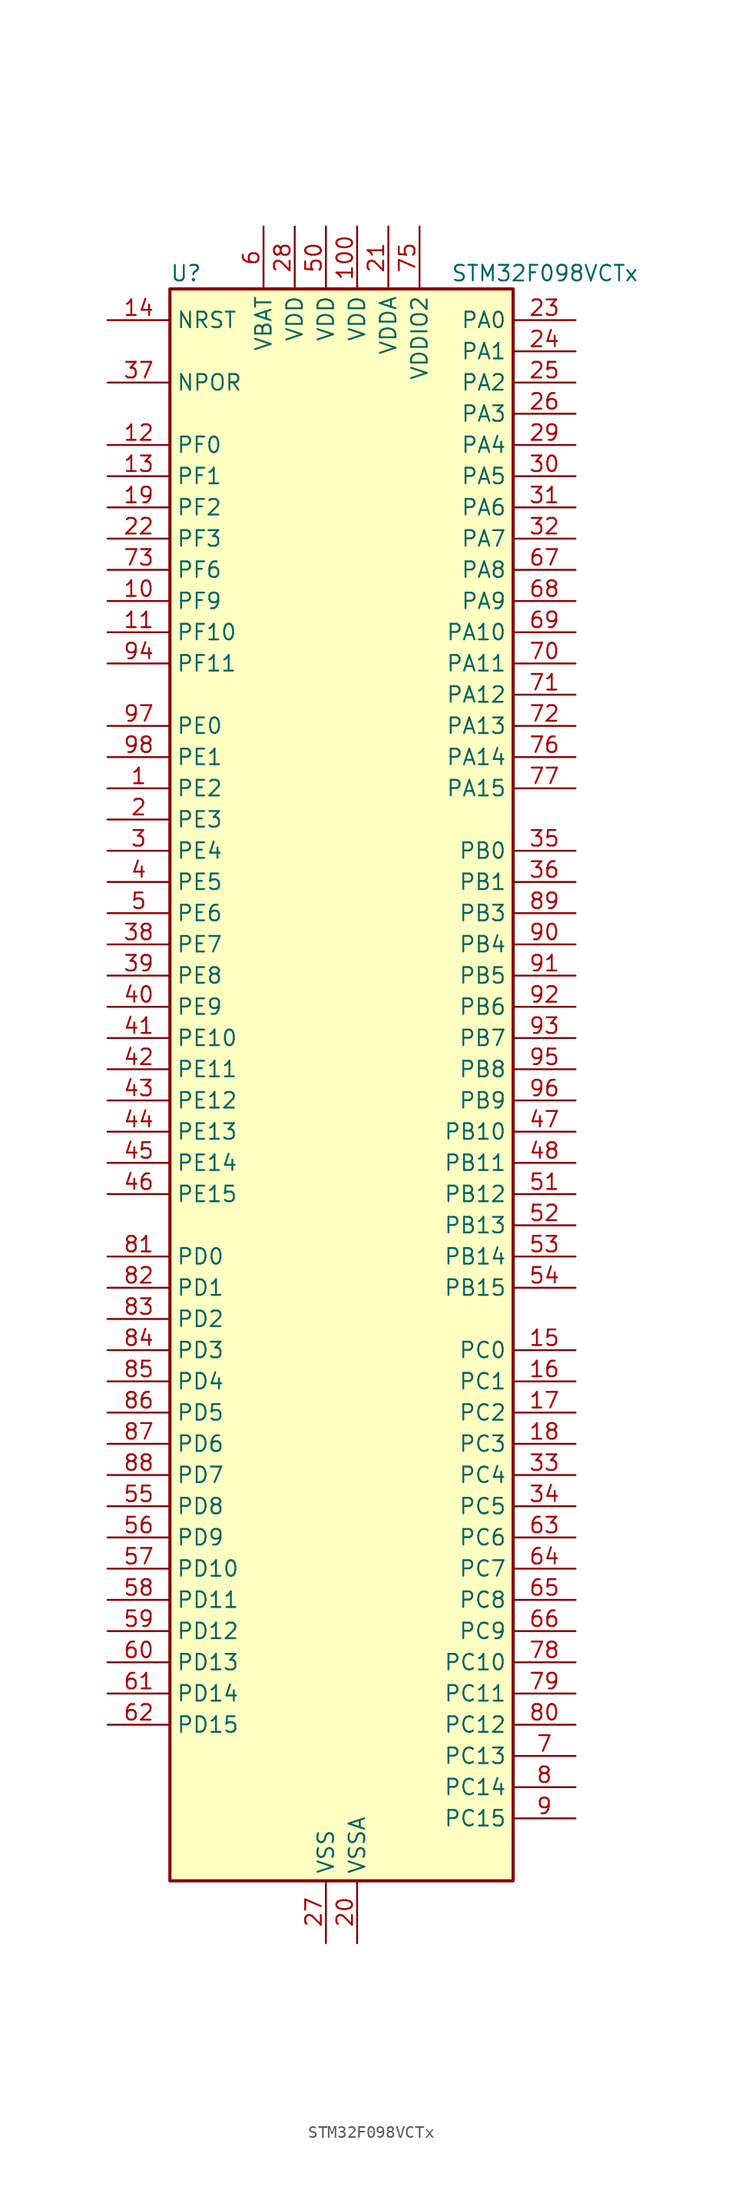
<source format=kicad_sym>
(kicad_symbol_lib
  (version 20220914)
  (generator kicad_symbol_editor)
  (symbol "STM32F098VCTx"
    (property "Reference" "U"
      (at -12.7 67.31 0)
      (effects (font (size 1.27 1.27)) (justify left)))
    (property "Value" "STM32F098VCTx"
      (at 10.16 67.31 0)
      (effects (font (size 1.27 1.27)) (justify left)))
    (property "ki_locked" ""
      (at 0 0 0)
      (effects (font (size 1.27 1.27))))
    (symbol "STM32F098VCTx_0_1"
      (rectangle (start -12.7 -63.5) (end 15.24 66.04) (stroke (width 0.254) (type default)) (fill (type background))))
    (symbol "STM32F098VCTx_1_1"
      (pin bidirectional line (at -17.78 25.4 0) (length 5.08) (name "PE2" (effects (font (size 1.27 1.27)))) (number "1" (effects (font (size 1.27 1.27)))) (alternate "TIM3_ETR" bidirectional line) (alternate "TSC_G7_IO1" bidirectional line))
      (pin bidirectional line (at -17.78 40.64 0) (length 5.08) (name "PF9" (effects (font (size 1.27 1.27)))) (number "10" (effects (font (size 1.27 1.27)))) (alternate "DAC_EXTI9" bidirectional line) (alternate "TIM15_CH1" bidirectional line) (alternate "USART6_TX" bidirectional line))
      (pin power_in line (at 2.54 71.12 270) (length 5.08) (name "VDD" (effects (font (size 1.27 1.27)))) (number "100" (effects (font (size 1.27 1.27)))))
      (pin bidirectional line (at -17.78 38.1 0) (length 5.08) (name "PF10" (effects (font (size 1.27 1.27)))) (number "11" (effects (font (size 1.27 1.27)))) (alternate "TIM15_CH2" bidirectional line) (alternate "USART6_RX" bidirectional line))
      (pin bidirectional line (at -17.78 53.34 0) (length 5.08) (name "PF0" (effects (font (size 1.27 1.27)))) (number "12" (effects (font (size 1.27 1.27)))) (alternate "CRS_SYNC" bidirectional line) (alternate "I2C1_SDA" bidirectional line) (alternate "RCC_OSC_IN" bidirectional line))
      (pin bidirectional line (at -17.78 50.8 0) (length 5.08) (name "PF1" (effects (font (size 1.27 1.27)))) (number "13" (effects (font (size 1.27 1.27)))) (alternate "I2C1_SCL" bidirectional line) (alternate "RCC_OSC_OUT" bidirectional line))
      (pin input line (at -17.78 63.5 0) (length 5.08) (name "NRST" (effects (font (size 1.27 1.27)))) (number "14" (effects (font (size 1.27 1.27)))))
      (pin bidirectional line (at 20.32 -20.32 180) (length 5.08) (name "PC0" (effects (font (size 1.27 1.27)))) (number "15" (effects (font (size 1.27 1.27)))) (alternate "ADC_IN10" bidirectional line) (alternate "USART6_TX" bidirectional line) (alternate "USART7_TX" bidirectional line))
      (pin bidirectional line (at 20.32 -22.86 180) (length 5.08) (name "PC1" (effects (font (size 1.27 1.27)))) (number "16" (effects (font (size 1.27 1.27)))) (alternate "ADC_IN11" bidirectional line) (alternate "USART6_RX" bidirectional line) (alternate "USART7_RX" bidirectional line))
      (pin bidirectional line (at 20.32 -25.4 180) (length 5.08) (name "PC2" (effects (font (size 1.27 1.27)))) (number "17" (effects (font (size 1.27 1.27)))) (alternate "ADC_IN12" bidirectional line) (alternate "I2S2_MCK" bidirectional line) (alternate "SPI2_MISO" bidirectional line) (alternate "USART8_TX" bidirectional line))
      (pin bidirectional line (at 20.32 -27.94 180) (length 5.08) (name "PC3" (effects (font (size 1.27 1.27)))) (number "18" (effects (font (size 1.27 1.27)))) (alternate "ADC_IN13" bidirectional line) (alternate "I2S2_SD" bidirectional line) (alternate "SPI2_MOSI" bidirectional line) (alternate "USART8_RX" bidirectional line))
      (pin bidirectional line (at -17.78 48.26 0) (length 5.08) (name "PF2" (effects (font (size 1.27 1.27)))) (number "19" (effects (font (size 1.27 1.27)))) (alternate "SYS_WKUP8" bidirectional line) (alternate "USART7_CK" bidirectional line) (alternate "USART7_DE" bidirectional line) (alternate "USART7_RTS" bidirectional line) (alternate "USART7_TX" bidirectional line))
      (pin bidirectional line (at -17.78 22.86 0) (length 5.08) (name "PE3" (effects (font (size 1.27 1.27)))) (number "2" (effects (font (size 1.27 1.27)))) (alternate "TIM3_CH1" bidirectional line) (alternate "TSC_G7_IO2" bidirectional line))
      (pin power_in line (at 2.54 -68.58 90) (length 5.08) (name "VSSA" (effects (font (size 1.27 1.27)))) (number "20" (effects (font (size 1.27 1.27)))))
      (pin power_in line (at 5.08 71.12 270) (length 5.08) (name "VDDA" (effects (font (size 1.27 1.27)))) (number "21" (effects (font (size 1.27 1.27)))))
      (pin bidirectional line (at -17.78 45.72 0) (length 5.08) (name "PF3" (effects (font (size 1.27 1.27)))) (number "22" (effects (font (size 1.27 1.27)))) (alternate "USART6_CK" bidirectional line) (alternate "USART6_DE" bidirectional line) (alternate "USART6_RTS" bidirectional line) (alternate "USART7_RX" bidirectional line))
      (pin bidirectional line (at 20.32 63.5 180) (length 5.08) (name "PA0" (effects (font (size 1.27 1.27)))) (number "23" (effects (font (size 1.27 1.27)))) (alternate "ADC_IN0" bidirectional line) (alternate "COMP1_INM" bidirectional line) (alternate "COMP1_OUT" bidirectional line) (alternate "RTC_TAMP2" bidirectional line) (alternate "SYS_WKUP1" bidirectional line) (alternate "TIM2_CH1" bidirectional line) (alternate "TIM2_ETR" bidirectional line) (alternate "TSC_G1_IO1" bidirectional line) (alternate "USART2_CTS" bidirectional line) (alternate "USART4_TX" bidirectional line))
      (pin bidirectional line (at 20.32 60.96 180) (length 5.08) (name "PA1" (effects (font (size 1.27 1.27)))) (number "24" (effects (font (size 1.27 1.27)))) (alternate "ADC_IN1" bidirectional line) (alternate "COMP1_INP" bidirectional line) (alternate "TIM15_CH1N" bidirectional line) (alternate "TIM2_CH2" bidirectional line) (alternate "TSC_G1_IO2" bidirectional line) (alternate "USART2_DE" bidirectional line) (alternate "USART2_RTS" bidirectional line) (alternate "USART4_RX" bidirectional line))
      (pin bidirectional line (at 20.32 58.42 180) (length 5.08) (name "PA2" (effects (font (size 1.27 1.27)))) (number "25" (effects (font (size 1.27 1.27)))) (alternate "ADC_IN2" bidirectional line) (alternate "COMP2_INM" bidirectional line) (alternate "COMP2_OUT" bidirectional line) (alternate "SYS_WKUP4" bidirectional line) (alternate "TIM15_CH1" bidirectional line) (alternate "TIM2_CH3" bidirectional line) (alternate "TSC_G1_IO3" bidirectional line) (alternate "USART2_TX" bidirectional line))
      (pin bidirectional line (at 20.32 55.88 180) (length 5.08) (name "PA3" (effects (font (size 1.27 1.27)))) (number "26" (effects (font (size 1.27 1.27)))) (alternate "ADC_IN3" bidirectional line) (alternate "COMP2_INP" bidirectional line) (alternate "TIM15_CH2" bidirectional line) (alternate "TIM2_CH4" bidirectional line) (alternate "TSC_G1_IO4" bidirectional line) (alternate "USART2_RX" bidirectional line))
      (pin power_in line (at 0 -68.58 90) (length 5.08) (name "VSS" (effects (font (size 1.27 1.27)))) (number "27" (effects (font (size 1.27 1.27)))))
      (pin power_in line (at -2.54 71.12 270) (length 5.08) (name "VDD" (effects (font (size 1.27 1.27)))) (number "28" (effects (font (size 1.27 1.27)))))
      (pin bidirectional line (at 20.32 53.34 180) (length 5.08) (name "PA4" (effects (font (size 1.27 1.27)))) (number "29" (effects (font (size 1.27 1.27)))) (alternate "ADC_IN4" bidirectional line) (alternate "COMP1_INM" bidirectional line) (alternate "COMP2_INM" bidirectional line) (alternate "DAC_OUT1" bidirectional line) (alternate "I2S1_WS" bidirectional line) (alternate "SPI1_NSS" bidirectional line) (alternate "TIM14_CH1" bidirectional line) (alternate "TSC_G2_IO1" bidirectional line) (alternate "USART2_CK" bidirectional line) (alternate "USART6_TX" bidirectional line))
      (pin bidirectional line (at -17.78 20.32 0) (length 5.08) (name "PE4" (effects (font (size 1.27 1.27)))) (number "3" (effects (font (size 1.27 1.27)))) (alternate "TIM3_CH2" bidirectional line) (alternate "TSC_G7_IO3" bidirectional line))
      (pin bidirectional line (at 20.32 50.8 180) (length 5.08) (name "PA5" (effects (font (size 1.27 1.27)))) (number "30" (effects (font (size 1.27 1.27)))) (alternate "ADC_IN5" bidirectional line) (alternate "CEC" bidirectional line) (alternate "COMP1_INM" bidirectional line) (alternate "COMP2_INM" bidirectional line) (alternate "DAC_OUT2" bidirectional line) (alternate "I2S1_CK" bidirectional line) (alternate "SPI1_SCK" bidirectional line) (alternate "TIM2_CH1" bidirectional line) (alternate "TIM2_ETR" bidirectional line) (alternate "TSC_G2_IO2" bidirectional line) (alternate "USART6_RX" bidirectional line))
      (pin bidirectional line (at 20.32 48.26 180) (length 5.08) (name "PA6" (effects (font (size 1.27 1.27)))) (number "31" (effects (font (size 1.27 1.27)))) (alternate "ADC_IN6" bidirectional line) (alternate "COMP1_OUT" bidirectional line) (alternate "I2S1_MCK" bidirectional line) (alternate "SPI1_MISO" bidirectional line) (alternate "TIM16_CH1" bidirectional line) (alternate "TIM1_BKIN" bidirectional line) (alternate "TIM3_CH1" bidirectional line) (alternate "TSC_G2_IO3" bidirectional line) (alternate "USART3_CTS" bidirectional line))
      (pin bidirectional line (at 20.32 45.72 180) (length 5.08) (name "PA7" (effects (font (size 1.27 1.27)))) (number "32" (effects (font (size 1.27 1.27)))) (alternate "ADC_IN7" bidirectional line) (alternate "COMP2_OUT" bidirectional line) (alternate "I2S1_SD" bidirectional line) (alternate "SPI1_MOSI" bidirectional line) (alternate "TIM14_CH1" bidirectional line) (alternate "TIM17_CH1" bidirectional line) (alternate "TIM1_CH1N" bidirectional line) (alternate "TIM3_CH2" bidirectional line) (alternate "TSC_G2_IO4" bidirectional line))
      (pin bidirectional line (at 20.32 -30.48 180) (length 5.08) (name "PC4" (effects (font (size 1.27 1.27)))) (number "33" (effects (font (size 1.27 1.27)))) (alternate "ADC_IN14" bidirectional line) (alternate "USART3_TX" bidirectional line))
      (pin bidirectional line (at 20.32 -33.02 180) (length 5.08) (name "PC5" (effects (font (size 1.27 1.27)))) (number "34" (effects (font (size 1.27 1.27)))) (alternate "ADC_IN15" bidirectional line) (alternate "SYS_WKUP5" bidirectional line) (alternate "TSC_G3_IO1" bidirectional line) (alternate "USART3_RX" bidirectional line))
      (pin bidirectional line (at 20.32 20.32 180) (length 5.08) (name "PB0" (effects (font (size 1.27 1.27)))) (number "35" (effects (font (size 1.27 1.27)))) (alternate "ADC_IN8" bidirectional line) (alternate "TIM1_CH2N" bidirectional line) (alternate "TIM3_CH3" bidirectional line) (alternate "TSC_G3_IO2" bidirectional line) (alternate "USART3_CK" bidirectional line))
      (pin bidirectional line (at 20.32 17.78 180) (length 5.08) (name "PB1" (effects (font (size 1.27 1.27)))) (number "36" (effects (font (size 1.27 1.27)))) (alternate "ADC_IN9" bidirectional line) (alternate "TIM14_CH1" bidirectional line) (alternate "TIM1_CH3N" bidirectional line) (alternate "TIM3_CH4" bidirectional line) (alternate "TSC_G3_IO3" bidirectional line) (alternate "USART3_DE" bidirectional line) (alternate "USART3_RTS" bidirectional line))
      (pin input line (at -17.78 58.42 0) (length 5.08) (name "NPOR" (effects (font (size 1.27 1.27)))) (number "37" (effects (font (size 1.27 1.27)))))
      (pin bidirectional line (at -17.78 12.7 0) (length 5.08) (name "PE7" (effects (font (size 1.27 1.27)))) (number "38" (effects (font (size 1.27 1.27)))) (alternate "TIM1_ETR" bidirectional line) (alternate "USART5_CK" bidirectional line) (alternate "USART5_DE" bidirectional line) (alternate "USART5_RTS" bidirectional line))
      (pin bidirectional line (at -17.78 10.16 0) (length 5.08) (name "PE8" (effects (font (size 1.27 1.27)))) (number "39" (effects (font (size 1.27 1.27)))) (alternate "TIM1_CH1N" bidirectional line) (alternate "USART4_TX" bidirectional line))
      (pin bidirectional line (at -17.78 17.78 0) (length 5.08) (name "PE5" (effects (font (size 1.27 1.27)))) (number "4" (effects (font (size 1.27 1.27)))) (alternate "TIM3_CH3" bidirectional line) (alternate "TSC_G7_IO4" bidirectional line))
      (pin bidirectional line (at -17.78 7.62 0) (length 5.08) (name "PE9" (effects (font (size 1.27 1.27)))) (number "40" (effects (font (size 1.27 1.27)))) (alternate "DAC_EXTI9" bidirectional line) (alternate "TIM1_CH1" bidirectional line) (alternate "USART4_RX" bidirectional line))
      (pin bidirectional line (at -17.78 5.08 0) (length 5.08) (name "PE10" (effects (font (size 1.27 1.27)))) (number "41" (effects (font (size 1.27 1.27)))) (alternate "TIM1_CH2N" bidirectional line) (alternate "USART5_TX" bidirectional line))
      (pin bidirectional line (at -17.78 2.54 0) (length 5.08) (name "PE11" (effects (font (size 1.27 1.27)))) (number "42" (effects (font (size 1.27 1.27)))) (alternate "TIM1_CH2" bidirectional line) (alternate "USART5_RX" bidirectional line))
      (pin bidirectional line (at -17.78 0 0) (length 5.08) (name "PE12" (effects (font (size 1.27 1.27)))) (number "43" (effects (font (size 1.27 1.27)))) (alternate "I2S1_WS" bidirectional line) (alternate "SPI1_NSS" bidirectional line) (alternate "TIM1_CH3N" bidirectional line))
      (pin bidirectional line (at -17.78 -2.54 0) (length 5.08) (name "PE13" (effects (font (size 1.27 1.27)))) (number "44" (effects (font (size 1.27 1.27)))) (alternate "I2S1_CK" bidirectional line) (alternate "SPI1_SCK" bidirectional line) (alternate "TIM1_CH3" bidirectional line))
      (pin bidirectional line (at -17.78 -5.08 0) (length 5.08) (name "PE14" (effects (font (size 1.27 1.27)))) (number "45" (effects (font (size 1.27 1.27)))) (alternate "I2S1_MCK" bidirectional line) (alternate "SPI1_MISO" bidirectional line) (alternate "TIM1_CH4" bidirectional line))
      (pin bidirectional line (at -17.78 -7.62 0) (length 5.08) (name "PE15" (effects (font (size 1.27 1.27)))) (number "46" (effects (font (size 1.27 1.27)))) (alternate "I2S1_SD" bidirectional line) (alternate "SPI1_MOSI" bidirectional line) (alternate "TIM1_BKIN" bidirectional line))
      (pin bidirectional line (at 20.32 -2.54 180) (length 5.08) (name "PB10" (effects (font (size 1.27 1.27)))) (number "47" (effects (font (size 1.27 1.27)))) (alternate "CEC" bidirectional line) (alternate "I2C2_SCL" bidirectional line) (alternate "I2S2_CK" bidirectional line) (alternate "SPI2_SCK" bidirectional line) (alternate "TIM2_CH3" bidirectional line) (alternate "TSC_SYNC" bidirectional line) (alternate "USART3_TX" bidirectional line))
      (pin bidirectional line (at 20.32 -5.08 180) (length 5.08) (name "PB11" (effects (font (size 1.27 1.27)))) (number "48" (effects (font (size 1.27 1.27)))) (alternate "I2C2_SDA" bidirectional line) (alternate "TIM2_CH4" bidirectional line) (alternate "TSC_G6_IO1" bidirectional line) (alternate "USART3_RX" bidirectional line))
      (pin passive line (at 0 -68.58 90) (length 5.08) hide (name "VSS" (effects (font (size 1.27 1.27)))) (number "49" (effects (font (size 1.27 1.27)))))
      (pin bidirectional line (at -17.78 15.24 0) (length 5.08) (name "PE6" (effects (font (size 1.27 1.27)))) (number "5" (effects (font (size 1.27 1.27)))) (alternate "RTC_TAMP3" bidirectional line) (alternate "SYS_WKUP3" bidirectional line) (alternate "TIM3_CH4" bidirectional line))
      (pin power_in line (at 0 71.12 270) (length 5.08) (name "VDD" (effects (font (size 1.27 1.27)))) (number "50" (effects (font (size 1.27 1.27)))))
      (pin bidirectional line (at 20.32 -7.62 180) (length 5.08) (name "PB12" (effects (font (size 1.27 1.27)))) (number "51" (effects (font (size 1.27 1.27)))) (alternate "I2S2_WS" bidirectional line) (alternate "SPI2_NSS" bidirectional line) (alternate "TIM15_BKIN" bidirectional line) (alternate "TIM1_BKIN" bidirectional line) (alternate "TSC_G6_IO2" bidirectional line) (alternate "USART3_CK" bidirectional line))
      (pin bidirectional line (at 20.32 -10.16 180) (length 5.08) (name "PB13" (effects (font (size 1.27 1.27)))) (number "52" (effects (font (size 1.27 1.27)))) (alternate "I2C2_SCL" bidirectional line) (alternate "I2S2_CK" bidirectional line) (alternate "SPI2_SCK" bidirectional line) (alternate "TIM1_CH1N" bidirectional line) (alternate "TSC_G6_IO3" bidirectional line) (alternate "USART3_CTS" bidirectional line))
      (pin bidirectional line (at 20.32 -12.7 180) (length 5.08) (name "PB14" (effects (font (size 1.27 1.27)))) (number "53" (effects (font (size 1.27 1.27)))) (alternate "I2C2_SDA" bidirectional line) (alternate "I2S2_MCK" bidirectional line) (alternate "SPI2_MISO" bidirectional line) (alternate "TIM15_CH1" bidirectional line) (alternate "TIM1_CH2N" bidirectional line) (alternate "TSC_G6_IO4" bidirectional line) (alternate "USART3_DE" bidirectional line) (alternate "USART3_RTS" bidirectional line))
      (pin bidirectional line (at 20.32 -15.24 180) (length 5.08) (name "PB15" (effects (font (size 1.27 1.27)))) (number "54" (effects (font (size 1.27 1.27)))) (alternate "I2S2_SD" bidirectional line) (alternate "RTC_REFIN" bidirectional line) (alternate "SPI2_MOSI" bidirectional line) (alternate "SYS_WKUP7" bidirectional line) (alternate "TIM15_CH1N" bidirectional line) (alternate "TIM15_CH2" bidirectional line) (alternate "TIM1_CH3N" bidirectional line))
      (pin bidirectional line (at -17.78 -33.02 0) (length 5.08) (name "PD8" (effects (font (size 1.27 1.27)))) (number "55" (effects (font (size 1.27 1.27)))) (alternate "USART3_TX" bidirectional line))
      (pin bidirectional line (at -17.78 -35.56 0) (length 5.08) (name "PD9" (effects (font (size 1.27 1.27)))) (number "56" (effects (font (size 1.27 1.27)))) (alternate "DAC_EXTI9" bidirectional line) (alternate "USART3_RX" bidirectional line))
      (pin bidirectional line (at -17.78 -38.1 0) (length 5.08) (name "PD10" (effects (font (size 1.27 1.27)))) (number "57" (effects (font (size 1.27 1.27)))) (alternate "USART3_CK" bidirectional line))
      (pin bidirectional line (at -17.78 -40.64 0) (length 5.08) (name "PD11" (effects (font (size 1.27 1.27)))) (number "58" (effects (font (size 1.27 1.27)))) (alternate "USART3_CTS" bidirectional line))
      (pin bidirectional line (at -17.78 -43.18 0) (length 5.08) (name "PD12" (effects (font (size 1.27 1.27)))) (number "59" (effects (font (size 1.27 1.27)))) (alternate "TSC_G8_IO1" bidirectional line) (alternate "USART3_DE" bidirectional line) (alternate "USART3_RTS" bidirectional line) (alternate "USART8_CK" bidirectional line) (alternate "USART8_DE" bidirectional line) (alternate "USART8_RTS" bidirectional line))
      (pin power_in line (at -5.08 71.12 270) (length 5.08) (name "VBAT" (effects (font (size 1.27 1.27)))) (number "6" (effects (font (size 1.27 1.27)))))
      (pin bidirectional line (at -17.78 -45.72 0) (length 5.08) (name "PD13" (effects (font (size 1.27 1.27)))) (number "60" (effects (font (size 1.27 1.27)))) (alternate "TSC_G8_IO2" bidirectional line) (alternate "USART8_TX" bidirectional line))
      (pin bidirectional line (at -17.78 -48.26 0) (length 5.08) (name "PD14" (effects (font (size 1.27 1.27)))) (number "61" (effects (font (size 1.27 1.27)))) (alternate "TSC_G8_IO3" bidirectional line) (alternate "USART8_RX" bidirectional line))
      (pin bidirectional line (at -17.78 -50.8 0) (length 5.08) (name "PD15" (effects (font (size 1.27 1.27)))) (number "62" (effects (font (size 1.27 1.27)))) (alternate "CRS_SYNC" bidirectional line) (alternate "TSC_G8_IO4" bidirectional line) (alternate "USART7_CK" bidirectional line) (alternate "USART7_DE" bidirectional line) (alternate "USART7_RTS" bidirectional line))
      (pin bidirectional line (at 20.32 -35.56 180) (length 5.08) (name "PC6" (effects (font (size 1.27 1.27)))) (number "63" (effects (font (size 1.27 1.27)))) (alternate "TIM3_CH1" bidirectional line) (alternate "USART7_TX" bidirectional line))
      (pin bidirectional line (at 20.32 -38.1 180) (length 5.08) (name "PC7" (effects (font (size 1.27 1.27)))) (number "64" (effects (font (size 1.27 1.27)))) (alternate "TIM3_CH2" bidirectional line) (alternate "USART7_RX" bidirectional line))
      (pin bidirectional line (at 20.32 -40.64 180) (length 5.08) (name "PC8" (effects (font (size 1.27 1.27)))) (number "65" (effects (font (size 1.27 1.27)))) (alternate "TIM3_CH3" bidirectional line) (alternate "USART8_TX" bidirectional line))
      (pin bidirectional line (at 20.32 -43.18 180) (length 5.08) (name "PC9" (effects (font (size 1.27 1.27)))) (number "66" (effects (font (size 1.27 1.27)))) (alternate "DAC_EXTI9" bidirectional line) (alternate "TIM3_CH4" bidirectional line) (alternate "USART8_RX" bidirectional line))
      (pin bidirectional line (at 20.32 43.18 180) (length 5.08) (name "PA8" (effects (font (size 1.27 1.27)))) (number "67" (effects (font (size 1.27 1.27)))) (alternate "CRS_SYNC" bidirectional line) (alternate "RCC_MCO" bidirectional line) (alternate "TIM1_CH1" bidirectional line) (alternate "USART1_CK" bidirectional line))
      (pin bidirectional line (at 20.32 40.64 180) (length 5.08) (name "PA9" (effects (font (size 1.27 1.27)))) (number "68" (effects (font (size 1.27 1.27)))) (alternate "DAC_EXTI9" bidirectional line) (alternate "I2C1_SCL" bidirectional line) (alternate "RCC_MCO" bidirectional line) (alternate "TIM15_BKIN" bidirectional line) (alternate "TIM1_CH2" bidirectional line) (alternate "TSC_G4_IO1" bidirectional line) (alternate "USART1_TX" bidirectional line))
      (pin bidirectional line (at 20.32 38.1 180) (length 5.08) (name "PA10" (effects (font (size 1.27 1.27)))) (number "69" (effects (font (size 1.27 1.27)))) (alternate "I2C1_SDA" bidirectional line) (alternate "TIM17_BKIN" bidirectional line) (alternate "TIM1_CH3" bidirectional line) (alternate "TSC_G4_IO2" bidirectional line) (alternate "USART1_RX" bidirectional line))
      (pin bidirectional line (at 20.32 -53.34 180) (length 5.08) (name "PC13" (effects (font (size 1.27 1.27)))) (number "7" (effects (font (size 1.27 1.27)))) (alternate "RTC_OUT_ALARM" bidirectional line) (alternate "RTC_OUT_CALIB" bidirectional line) (alternate "RTC_TAMP1" bidirectional line) (alternate "RTC_TS" bidirectional line) (alternate "SYS_WKUP2" bidirectional line))
      (pin bidirectional line (at 20.32 35.56 180) (length 5.08) (name "PA11" (effects (font (size 1.27 1.27)))) (number "70" (effects (font (size 1.27 1.27)))) (alternate "CAN_RX" bidirectional line) (alternate "COMP1_OUT" bidirectional line) (alternate "I2C2_SCL" bidirectional line) (alternate "TIM1_CH4" bidirectional line) (alternate "TSC_G4_IO3" bidirectional line) (alternate "USART1_CTS" bidirectional line))
      (pin bidirectional line (at 20.32 33.02 180) (length 5.08) (name "PA12" (effects (font (size 1.27 1.27)))) (number "71" (effects (font (size 1.27 1.27)))) (alternate "CAN_TX" bidirectional line) (alternate "COMP2_OUT" bidirectional line) (alternate "I2C2_SDA" bidirectional line) (alternate "TIM1_ETR" bidirectional line) (alternate "TSC_G4_IO4" bidirectional line) (alternate "USART1_DE" bidirectional line) (alternate "USART1_RTS" bidirectional line))
      (pin bidirectional line (at 20.32 30.48 180) (length 5.08) (name "PA13" (effects (font (size 1.27 1.27)))) (number "72" (effects (font (size 1.27 1.27)))) (alternate "IR_OUT" bidirectional line) (alternate "SYS_SWDIO" bidirectional line))
      (pin bidirectional line (at -17.78 43.18 0) (length 5.08) (name "PF6" (effects (font (size 1.27 1.27)))) (number "73" (effects (font (size 1.27 1.27)))))
      (pin passive line (at 0 -68.58 90) (length 5.08) hide (name "VSS" (effects (font (size 1.27 1.27)))) (number "74" (effects (font (size 1.27 1.27)))))
      (pin power_in line (at 7.62 71.12 270) (length 5.08) (name "VDDIO2" (effects (font (size 1.27 1.27)))) (number "75" (effects (font (size 1.27 1.27)))))
      (pin bidirectional line (at 20.32 27.94 180) (length 5.08) (name "PA14" (effects (font (size 1.27 1.27)))) (number "76" (effects (font (size 1.27 1.27)))) (alternate "SYS_SWCLK" bidirectional line) (alternate "USART2_TX" bidirectional line))
      (pin bidirectional line (at 20.32 25.4 180) (length 5.08) (name "PA15" (effects (font (size 1.27 1.27)))) (number "77" (effects (font (size 1.27 1.27)))) (alternate "I2S1_WS" bidirectional line) (alternate "SPI1_NSS" bidirectional line) (alternate "TIM2_CH1" bidirectional line) (alternate "TIM2_ETR" bidirectional line) (alternate "USART2_RX" bidirectional line) (alternate "USART4_DE" bidirectional line) (alternate "USART4_RTS" bidirectional line))
      (pin bidirectional line (at 20.32 -45.72 180) (length 5.08) (name "PC10" (effects (font (size 1.27 1.27)))) (number "78" (effects (font (size 1.27 1.27)))) (alternate "USART3_TX" bidirectional line) (alternate "USART4_TX" bidirectional line))
      (pin bidirectional line (at 20.32 -48.26 180) (length 5.08) (name "PC11" (effects (font (size 1.27 1.27)))) (number "79" (effects (font (size 1.27 1.27)))) (alternate "USART3_RX" bidirectional line) (alternate "USART4_RX" bidirectional line))
      (pin bidirectional line (at 20.32 -55.88 180) (length 5.08) (name "PC14" (effects (font (size 1.27 1.27)))) (number "8" (effects (font (size 1.27 1.27)))) (alternate "RCC_OSC32_IN" bidirectional line))
      (pin bidirectional line (at 20.32 -50.8 180) (length 5.08) (name "PC12" (effects (font (size 1.27 1.27)))) (number "80" (effects (font (size 1.27 1.27)))) (alternate "USART3_CK" bidirectional line) (alternate "USART4_CK" bidirectional line) (alternate "USART5_TX" bidirectional line))
      (pin bidirectional line (at -17.78 -12.7 0) (length 5.08) (name "PD0" (effects (font (size 1.27 1.27)))) (number "81" (effects (font (size 1.27 1.27)))) (alternate "CAN_RX" bidirectional line) (alternate "I2S2_WS" bidirectional line) (alternate "SPI2_NSS" bidirectional line))
      (pin bidirectional line (at -17.78 -15.24 0) (length 5.08) (name "PD1" (effects (font (size 1.27 1.27)))) (number "82" (effects (font (size 1.27 1.27)))) (alternate "CAN_TX" bidirectional line) (alternate "I2S2_CK" bidirectional line) (alternate "SPI2_SCK" bidirectional line))
      (pin bidirectional line (at -17.78 -17.78 0) (length 5.08) (name "PD2" (effects (font (size 1.27 1.27)))) (number "83" (effects (font (size 1.27 1.27)))) (alternate "TIM3_ETR" bidirectional line) (alternate "USART3_DE" bidirectional line) (alternate "USART3_RTS" bidirectional line) (alternate "USART5_RX" bidirectional line))
      (pin bidirectional line (at -17.78 -20.32 0) (length 5.08) (name "PD3" (effects (font (size 1.27 1.27)))) (number "84" (effects (font (size 1.27 1.27)))) (alternate "I2S2_MCK" bidirectional line) (alternate "SPI2_MISO" bidirectional line) (alternate "USART2_CTS" bidirectional line))
      (pin bidirectional line (at -17.78 -22.86 0) (length 5.08) (name "PD4" (effects (font (size 1.27 1.27)))) (number "85" (effects (font (size 1.27 1.27)))) (alternate "I2S2_SD" bidirectional line) (alternate "SPI2_MOSI" bidirectional line) (alternate "USART2_DE" bidirectional line) (alternate "USART2_RTS" bidirectional line))
      (pin bidirectional line (at -17.78 -25.4 0) (length 5.08) (name "PD5" (effects (font (size 1.27 1.27)))) (number "86" (effects (font (size 1.27 1.27)))) (alternate "USART2_TX" bidirectional line))
      (pin bidirectional line (at -17.78 -27.94 0) (length 5.08) (name "PD6" (effects (font (size 1.27 1.27)))) (number "87" (effects (font (size 1.27 1.27)))) (alternate "USART2_RX" bidirectional line))
      (pin bidirectional line (at -17.78 -30.48 0) (length 5.08) (name "PD7" (effects (font (size 1.27 1.27)))) (number "88" (effects (font (size 1.27 1.27)))) (alternate "USART2_CK" bidirectional line))
      (pin bidirectional line (at 20.32 15.24 180) (length 5.08) (name "PB3" (effects (font (size 1.27 1.27)))) (number "89" (effects (font (size 1.27 1.27)))) (alternate "I2S1_CK" bidirectional line) (alternate "SPI1_SCK" bidirectional line) (alternate "TIM2_CH2" bidirectional line) (alternate "TSC_G5_IO1" bidirectional line) (alternate "USART5_TX" bidirectional line))
      (pin bidirectional line (at 20.32 -58.42 180) (length 5.08) (name "PC15" (effects (font (size 1.27 1.27)))) (number "9" (effects (font (size 1.27 1.27)))) (alternate "RCC_OSC32_OUT" bidirectional line))
      (pin bidirectional line (at 20.32 12.7 180) (length 5.08) (name "PB4" (effects (font (size 1.27 1.27)))) (number "90" (effects (font (size 1.27 1.27)))) (alternate "I2S1_MCK" bidirectional line) (alternate "SPI1_MISO" bidirectional line) (alternate "TIM17_BKIN" bidirectional line) (alternate "TIM3_CH1" bidirectional line) (alternate "TSC_G5_IO2" bidirectional line) (alternate "USART5_RX" bidirectional line))
      (pin bidirectional line (at 20.32 10.16 180) (length 5.08) (name "PB5" (effects (font (size 1.27 1.27)))) (number "91" (effects (font (size 1.27 1.27)))) (alternate "I2C1_SMBA" bidirectional line) (alternate "I2S1_SD" bidirectional line) (alternate "SPI1_MOSI" bidirectional line) (alternate "SYS_WKUP6" bidirectional line) (alternate "TIM16_BKIN" bidirectional line) (alternate "TIM3_CH2" bidirectional line) (alternate "USART5_CK" bidirectional line) (alternate "USART5_DE" bidirectional line) (alternate "USART5_RTS" bidirectional line))
      (pin bidirectional line (at 20.32 7.62 180) (length 5.08) (name "PB6" (effects (font (size 1.27 1.27)))) (number "92" (effects (font (size 1.27 1.27)))) (alternate "I2C1_SCL" bidirectional line) (alternate "TIM16_CH1N" bidirectional line) (alternate "TSC_G5_IO3" bidirectional line) (alternate "USART1_TX" bidirectional line))
      (pin bidirectional line (at 20.32 5.08 180) (length 5.08) (name "PB7" (effects (font (size 1.27 1.27)))) (number "93" (effects (font (size 1.27 1.27)))) (alternate "I2C1_SDA" bidirectional line) (alternate "TIM17_CH1N" bidirectional line) (alternate "TSC_G5_IO4" bidirectional line) (alternate "USART1_RX" bidirectional line) (alternate "USART4_CTS" bidirectional line))
      (pin bidirectional line (at -17.78 35.56 0) (length 5.08) (name "PF11" (effects (font (size 1.27 1.27)))) (number "94" (effects (font (size 1.27 1.27)))))
      (pin bidirectional line (at 20.32 2.54 180) (length 5.08) (name "PB8" (effects (font (size 1.27 1.27)))) (number "95" (effects (font (size 1.27 1.27)))) (alternate "CAN_RX" bidirectional line) (alternate "CEC" bidirectional line) (alternate "I2C1_SCL" bidirectional line) (alternate "TIM16_CH1" bidirectional line) (alternate "TSC_SYNC" bidirectional line))
      (pin bidirectional line (at 20.32 0 180) (length 5.08) (name "PB9" (effects (font (size 1.27 1.27)))) (number "96" (effects (font (size 1.27 1.27)))) (alternate "CAN_TX" bidirectional line) (alternate "DAC_EXTI9" bidirectional line) (alternate "I2C1_SDA" bidirectional line) (alternate "I2S2_WS" bidirectional line) (alternate "IR_OUT" bidirectional line) (alternate "SPI2_NSS" bidirectional line) (alternate "TIM17_CH1" bidirectional line))
      (pin bidirectional line (at -17.78 30.48 0) (length 5.08) (name "PE0" (effects (font (size 1.27 1.27)))) (number "97" (effects (font (size 1.27 1.27)))) (alternate "TIM16_CH1" bidirectional line))
      (pin bidirectional line (at -17.78 27.94 0) (length 5.08) (name "PE1" (effects (font (size 1.27 1.27)))) (number "98" (effects (font (size 1.27 1.27)))) (alternate "TIM17_CH1" bidirectional line))
      (pin passive line (at 0 -68.58 90) (length 5.08) hide (name "VSS" (effects (font (size 1.27 1.27)))) (number "99" (effects (font (size 1.27 1.27))))))))
</source>
